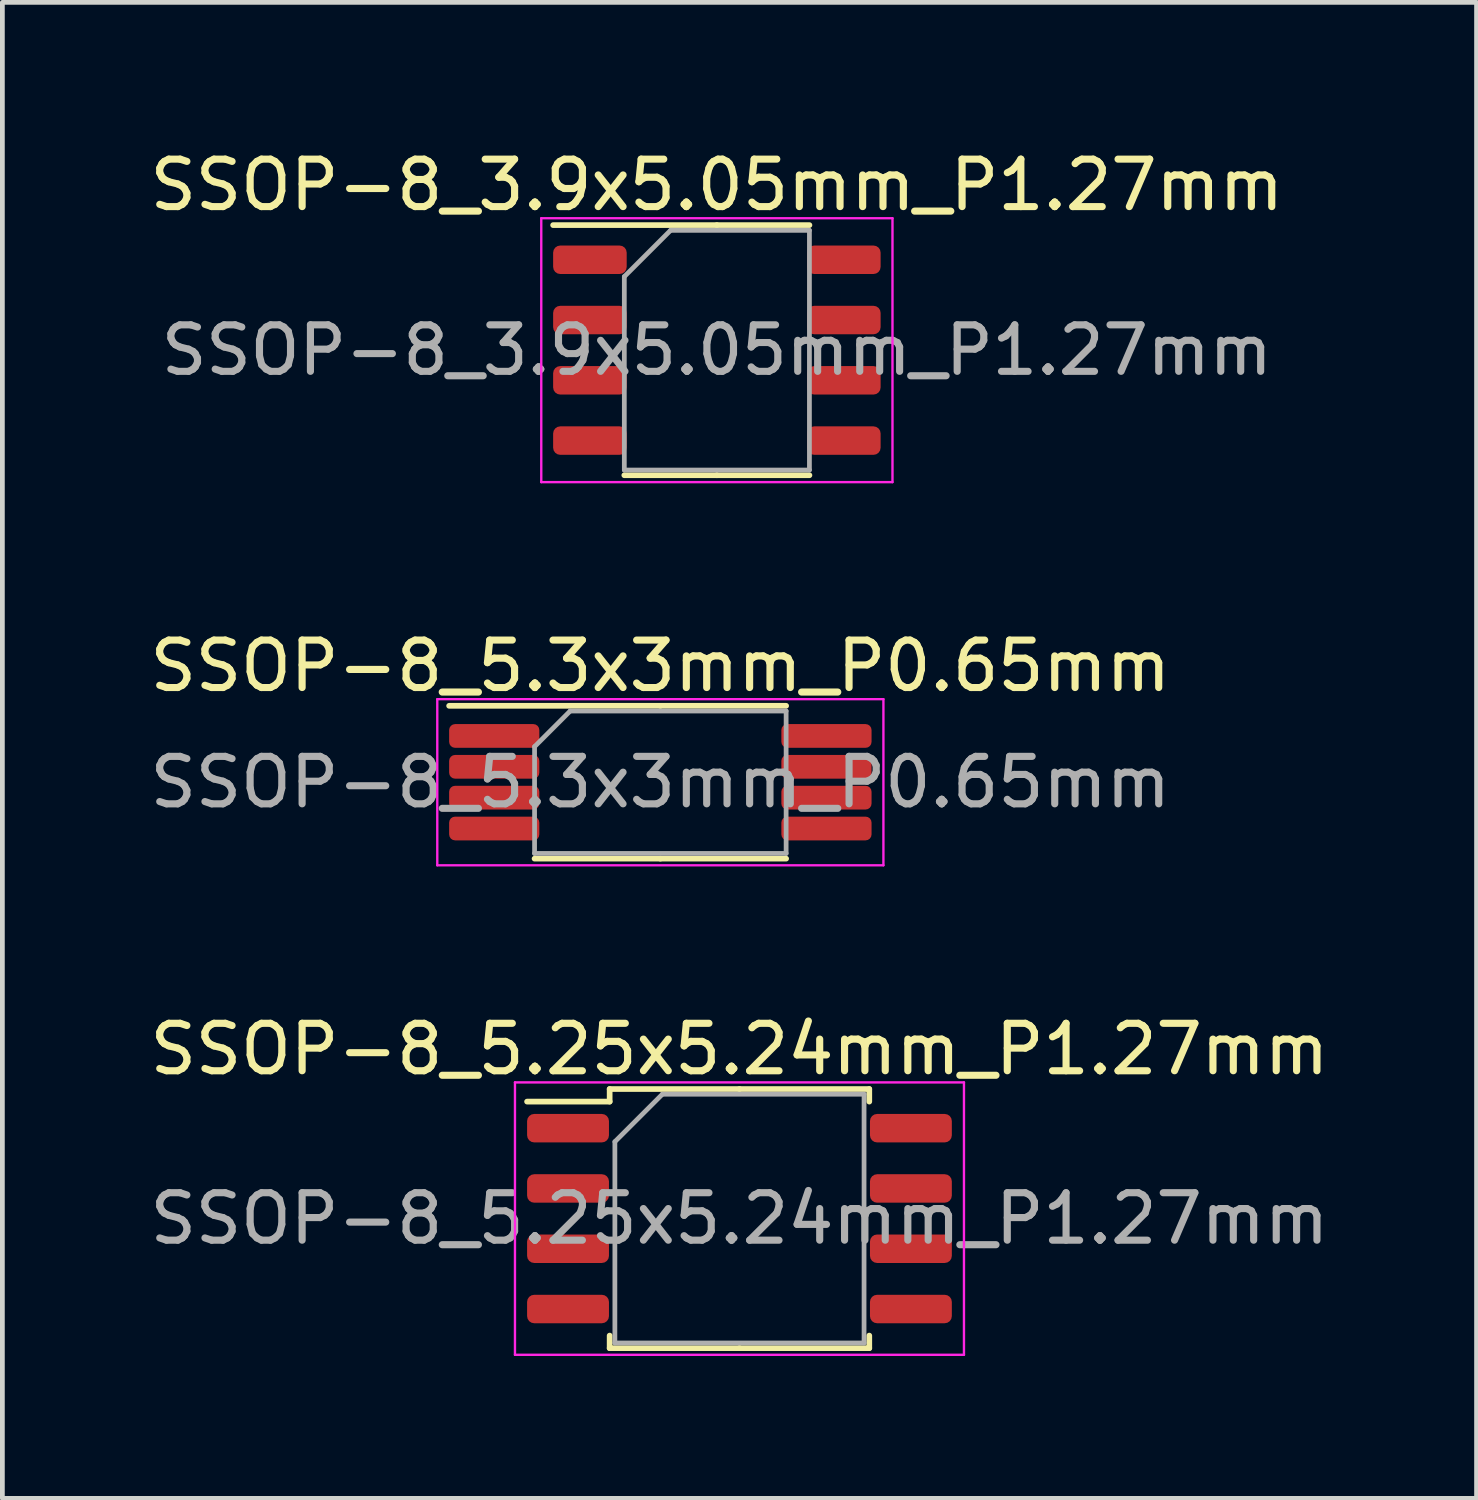
<source format=kicad_pcb>
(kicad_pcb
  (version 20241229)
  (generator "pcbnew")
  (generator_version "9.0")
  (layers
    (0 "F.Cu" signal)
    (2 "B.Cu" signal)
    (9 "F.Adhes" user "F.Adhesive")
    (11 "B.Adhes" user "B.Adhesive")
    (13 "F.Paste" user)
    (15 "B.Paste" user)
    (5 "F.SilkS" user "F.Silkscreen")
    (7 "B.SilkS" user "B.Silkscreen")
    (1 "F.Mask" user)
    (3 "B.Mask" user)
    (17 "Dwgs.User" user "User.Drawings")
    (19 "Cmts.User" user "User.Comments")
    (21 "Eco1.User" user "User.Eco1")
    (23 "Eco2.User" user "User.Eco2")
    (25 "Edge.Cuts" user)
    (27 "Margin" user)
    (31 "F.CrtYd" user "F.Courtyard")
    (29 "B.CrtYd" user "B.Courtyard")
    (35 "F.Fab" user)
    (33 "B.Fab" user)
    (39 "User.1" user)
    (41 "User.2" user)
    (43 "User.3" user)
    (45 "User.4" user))
  (footprint "SSOP-8_5.25x5.24mm_P1.27mm"
    (layer "F.Cu")
    (at 12.53 22.625)
    (property "Reference" "SSOP-8_5.25x5.24mm_P1.27mm" (at 0 -3.57 0) (layer "F.SilkS") (effects (font (size 1 1) (thickness 0.15))))
    (attr smd)
    (fp_line (start -2.735 -2.73) (end -2.735 -2.465) (stroke (width 0.12) (type solid)) (layer "F.SilkS"))
    (fp_line (start -2.735 -2.465) (end -4.475 -2.465) (stroke (width 0.12) (type solid)) (layer "F.SilkS"))
    (fp_line (start -2.735 2.73) (end -2.735 2.465) (stroke (width 0.12) (type solid)) (layer "F.SilkS"))
    (fp_line (start 0 -2.73) (end -2.735 -2.73) (stroke (width 0.12) (type solid)) (layer "F.SilkS"))
    (fp_line (start 0 -2.73) (end 2.735 -2.73) (stroke (width 0.12) (type solid)) (layer "F.SilkS"))
    (fp_line (start 0 2.73) (end -2.735 2.73) (stroke (width 0.12) (type solid)) (layer "F.SilkS"))
    (fp_line (start 0 2.73) (end 2.735 2.73) (stroke (width 0.12) (type solid)) (layer "F.SilkS"))
    (fp_line (start 2.735 -2.73) (end 2.735 -2.465) (stroke (width 0.12) (type solid)) (layer "F.SilkS"))
    (fp_line (start 2.735 2.73) (end 2.735 2.465) (stroke (width 0.12) (type solid)) (layer "F.SilkS"))
    (fp_line (start -4.73 -2.87) (end -4.73 2.87) (stroke (width 0.05) (type solid)) (layer "F.CrtYd"))
    (fp_line (start -4.73 2.87) (end 4.73 2.87) (stroke (width 0.05) (type solid)) (layer "F.CrtYd"))
    (fp_line (start 4.73 -2.87) (end -4.73 -2.87) (stroke (width 0.05) (type solid)) (layer "F.CrtYd"))
    (fp_line (start 4.73 2.87) (end 4.73 -2.87) (stroke (width 0.05) (type solid)) (layer "F.CrtYd"))
    (fp_line (start -2.625 -1.62) (end -1.625 -2.62) (stroke (width 0.1) (type solid)) (layer "F.Fab"))
    (fp_line (start -2.625 2.62) (end -2.625 -1.62) (stroke (width 0.1) (type solid)) (layer "F.Fab"))
    (fp_line (start -1.625 -2.62) (end 2.625 -2.62) (stroke (width 0.1) (type solid)) (layer "F.Fab"))
    (fp_line (start 2.625 -2.62) (end 2.625 2.62) (stroke (width 0.1) (type solid)) (layer "F.Fab"))
    (fp_line (start 2.625 2.62) (end -2.625 2.62) (stroke (width 0.1) (type solid)) (layer "F.Fab"))
    (fp_text user "${REFERENCE}" (at 0 0 0) (layer "F.Fab") (effects (font (size 1 1) (thickness 0.15))))
    (pad "1" smd roundrect (at -3.612 -1.905) (size 1.725 0.6) (layers "F.Cu" "F.Mask" "F.Paste") (roundrect_rratio 0.25))
    (pad "2" smd roundrect (at -3.612 -0.635) (size 1.725 0.6) (layers "F.Cu" "F.Mask" "F.Paste") (roundrect_rratio 0.25))
    (pad "3" smd roundrect (at -3.612 0.635) (size 1.725 0.6) (layers "F.Cu" "F.Mask" "F.Paste") (roundrect_rratio 0.25))
    (pad "4" smd roundrect (at -3.612 1.905) (size 1.725 0.6) (layers "F.Cu" "F.Mask" "F.Paste") (roundrect_rratio 0.25))
    (pad "5" smd roundrect (at 3.612 1.905) (size 1.725 0.6) (layers "F.Cu" "F.Mask" "F.Paste") (roundrect_rratio 0.25))
    (pad "6" smd roundrect (at 3.612 0.635) (size 1.725 0.6) (layers "F.Cu" "F.Mask" "F.Paste") (roundrect_rratio 0.25))
    (pad "7" smd roundrect (at 3.612 -0.635) (size 1.725 0.6) (layers "F.Cu" "F.Mask" "F.Paste") (roundrect_rratio 0.25))
    (pad "8" smd roundrect (at 3.612 -1.905) (size 1.725 0.6) (layers "F.Cu" "F.Mask" "F.Paste") (roundrect_rratio 0.25)))
  (footprint "SSOP-8_3.9x5.05mm_P1.27mm"
    (layer "F.Cu")
    (at 12.054 4.328)
    (property "Reference" "SSOP-8_3.9x5.05mm_P1.27mm" (at 0 -3.48 0) (layer "F.SilkS") (effects (font (size 1 1) (thickness 0.15))))
    (attr smd)
    (fp_line (start 0 -2.635) (end -3.45 -2.635) (stroke (width 0.12) (type solid)) (layer "F.SilkS"))
    (fp_line (start 0 -2.635) (end 1.95 -2.635) (stroke (width 0.12) (type solid)) (layer "F.SilkS"))
    (fp_line (start 0 2.635) (end -1.95 2.635) (stroke (width 0.12) (type solid)) (layer "F.SilkS"))
    (fp_line (start 0 2.635) (end 1.95 2.635) (stroke (width 0.12) (type solid)) (layer "F.SilkS"))
    (fp_line (start -3.7 -2.78) (end -3.7 2.78) (stroke (width 0.05) (type solid)) (layer "F.CrtYd"))
    (fp_line (start -3.7 2.78) (end 3.7 2.78) (stroke (width 0.05) (type solid)) (layer "F.CrtYd"))
    (fp_line (start 3.7 -2.78) (end -3.7 -2.78) (stroke (width 0.05) (type solid)) (layer "F.CrtYd"))
    (fp_line (start 3.7 2.78) (end 3.7 -2.78) (stroke (width 0.05) (type solid)) (layer "F.CrtYd"))
    (fp_line (start -1.95 -1.55) (end -0.975 -2.525) (stroke (width 0.1) (type solid)) (layer "F.Fab"))
    (fp_line (start -1.95 2.525) (end -1.95 -1.55) (stroke (width 0.1) (type solid)) (layer "F.Fab"))
    (fp_line (start -0.975 -2.525) (end 1.95 -2.525) (stroke (width 0.1) (type solid)) (layer "F.Fab"))
    (fp_line (start 1.95 -2.525) (end 1.95 2.525) (stroke (width 0.1) (type solid)) (layer "F.Fab"))
    (fp_line (start 1.95 2.525) (end -1.95 2.525) (stroke (width 0.1) (type solid)) (layer "F.Fab"))
    (fp_text user "${REFERENCE}" (at 0 0 0) (layer "F.Fab") (effects (font (size 0.98 0.98) (thickness 0.15))))
    (pad "1" smd roundrect (at -2.675 -1.905) (size 1.55 0.6) (layers "F.Cu" "F.Mask" "F.Paste") (roundrect_rratio 0.25))
    (pad "2" smd roundrect (at -2.675 -0.635) (size 1.55 0.6) (layers "F.Cu" "F.Mask" "F.Paste") (roundrect_rratio 0.25))
    (pad "3" smd roundrect (at -2.675 0.635) (size 1.55 0.6) (layers "F.Cu" "F.Mask" "F.Paste") (roundrect_rratio 0.25))
    (pad "4" smd roundrect (at -2.675 1.905) (size 1.55 0.6) (layers "F.Cu" "F.Mask" "F.Paste") (roundrect_rratio 0.25))
    (pad "5" smd roundrect (at 2.675 1.905) (size 1.55 0.6) (layers "F.Cu" "F.Mask" "F.Paste") (roundrect_rratio 0.25))
    (pad "6" smd roundrect (at 2.675 0.635) (size 1.55 0.6) (layers "F.Cu" "F.Mask" "F.Paste") (roundrect_rratio 0.25))
    (pad "7" smd roundrect (at 2.675 -0.635) (size 1.55 0.6) (layers "F.Cu" "F.Mask" "F.Paste") (roundrect_rratio 0.25))
    (pad "8" smd roundrect (at 2.675 -1.905) (size 1.55 0.6) (layers "F.Cu" "F.Mask" "F.Paste") (roundrect_rratio 0.25)))
  (footprint "SSOP-8_5.3x3mm_P0.65mm"
    (layer "F.Cu")
    (at 10.863 13.431)
    (property "Reference" "SSOP-8_5.3x3mm_P0.65mm" (at 0 -2.45 0) (layer "F.SilkS") (effects (font (size 1 1) (thickness 0.15))))
    (attr smd)
    (fp_line (start 0 -1.61) (end -4.45 -1.61) (stroke (width 0.12) (type solid)) (layer "F.SilkS"))
    (fp_line (start 0 -1.61) (end 2.65 -1.61) (stroke (width 0.12) (type solid)) (layer "F.SilkS"))
    (fp_line (start 0 1.61) (end -2.65 1.61) (stroke (width 0.12) (type solid)) (layer "F.SilkS"))
    (fp_line (start 0 1.61) (end 2.65 1.61) (stroke (width 0.12) (type solid)) (layer "F.SilkS"))
    (fp_line (start -4.7 -1.75) (end -4.7 1.75) (stroke (width 0.05) (type solid)) (layer "F.CrtYd"))
    (fp_line (start -4.7 1.75) (end 4.7 1.75) (stroke (width 0.05) (type solid)) (layer "F.CrtYd"))
    (fp_line (start 4.7 -1.75) (end -4.7 -1.75) (stroke (width 0.05) (type solid)) (layer "F.CrtYd"))
    (fp_line (start 4.7 1.75) (end 4.7 -1.75) (stroke (width 0.05) (type solid)) (layer "F.CrtYd"))
    (fp_line (start -2.65 -0.75) (end -1.9 -1.5) (stroke (width 0.1) (type solid)) (layer "F.Fab"))
    (fp_line (start -2.65 1.5) (end -2.65 -0.75) (stroke (width 0.1) (type solid)) (layer "F.Fab"))
    (fp_line (start -1.9 -1.5) (end 2.65 -1.5) (stroke (width 0.1) (type solid)) (layer "F.Fab"))
    (fp_line (start 2.65 -1.5) (end 2.65 1.5) (stroke (width 0.1) (type solid)) (layer "F.Fab"))
    (fp_line (start 2.65 1.5) (end -2.65 1.5) (stroke (width 0.1) (type solid)) (layer "F.Fab"))
    (fp_text user "${REFERENCE}" (at 0 0 0) (layer "F.Fab") (effects (font (size 1 1) (thickness 0.15))))
    (pad "1" smd roundrect (at -3.5 -0.975) (size 1.9 0.5) (layers "F.Cu" "F.Mask" "F.Paste") (roundrect_rratio 0.25))
    (pad "2" smd roundrect (at -3.5 -0.325) (size 1.9 0.5) (layers "F.Cu" "F.Mask" "F.Paste") (roundrect_rratio 0.25))
    (pad "3" smd roundrect (at -3.5 0.325) (size 1.9 0.5) (layers "F.Cu" "F.Mask" "F.Paste") (roundrect_rratio 0.25))
    (pad "4" smd roundrect (at -3.5 0.975) (size 1.9 0.5) (layers "F.Cu" "F.Mask" "F.Paste") (roundrect_rratio 0.25))
    (pad "5" smd roundrect (at 3.5 0.975) (size 1.9 0.5) (layers "F.Cu" "F.Mask" "F.Paste") (roundrect_rratio 0.25))
    (pad "6" smd roundrect (at 3.5 0.325) (size 1.9 0.5) (layers "F.Cu" "F.Mask" "F.Paste") (roundrect_rratio 0.25))
    (pad "7" smd roundrect (at 3.5 -0.325) (size 1.9 0.5) (layers "F.Cu" "F.Mask" "F.Paste") (roundrect_rratio 0.25))
    (pad "8" smd roundrect (at 3.5 -0.975) (size 1.9 0.5) (layers "F.Cu" "F.Mask" "F.Paste") (roundrect_rratio 0.25)))
  (gr_rect
    (start -3 -3)
    (end 28.06 28.52)
    (stroke (width 0.1) (type default))
    (fill no)
    (layer "Edge.Cuts")))
</source>
